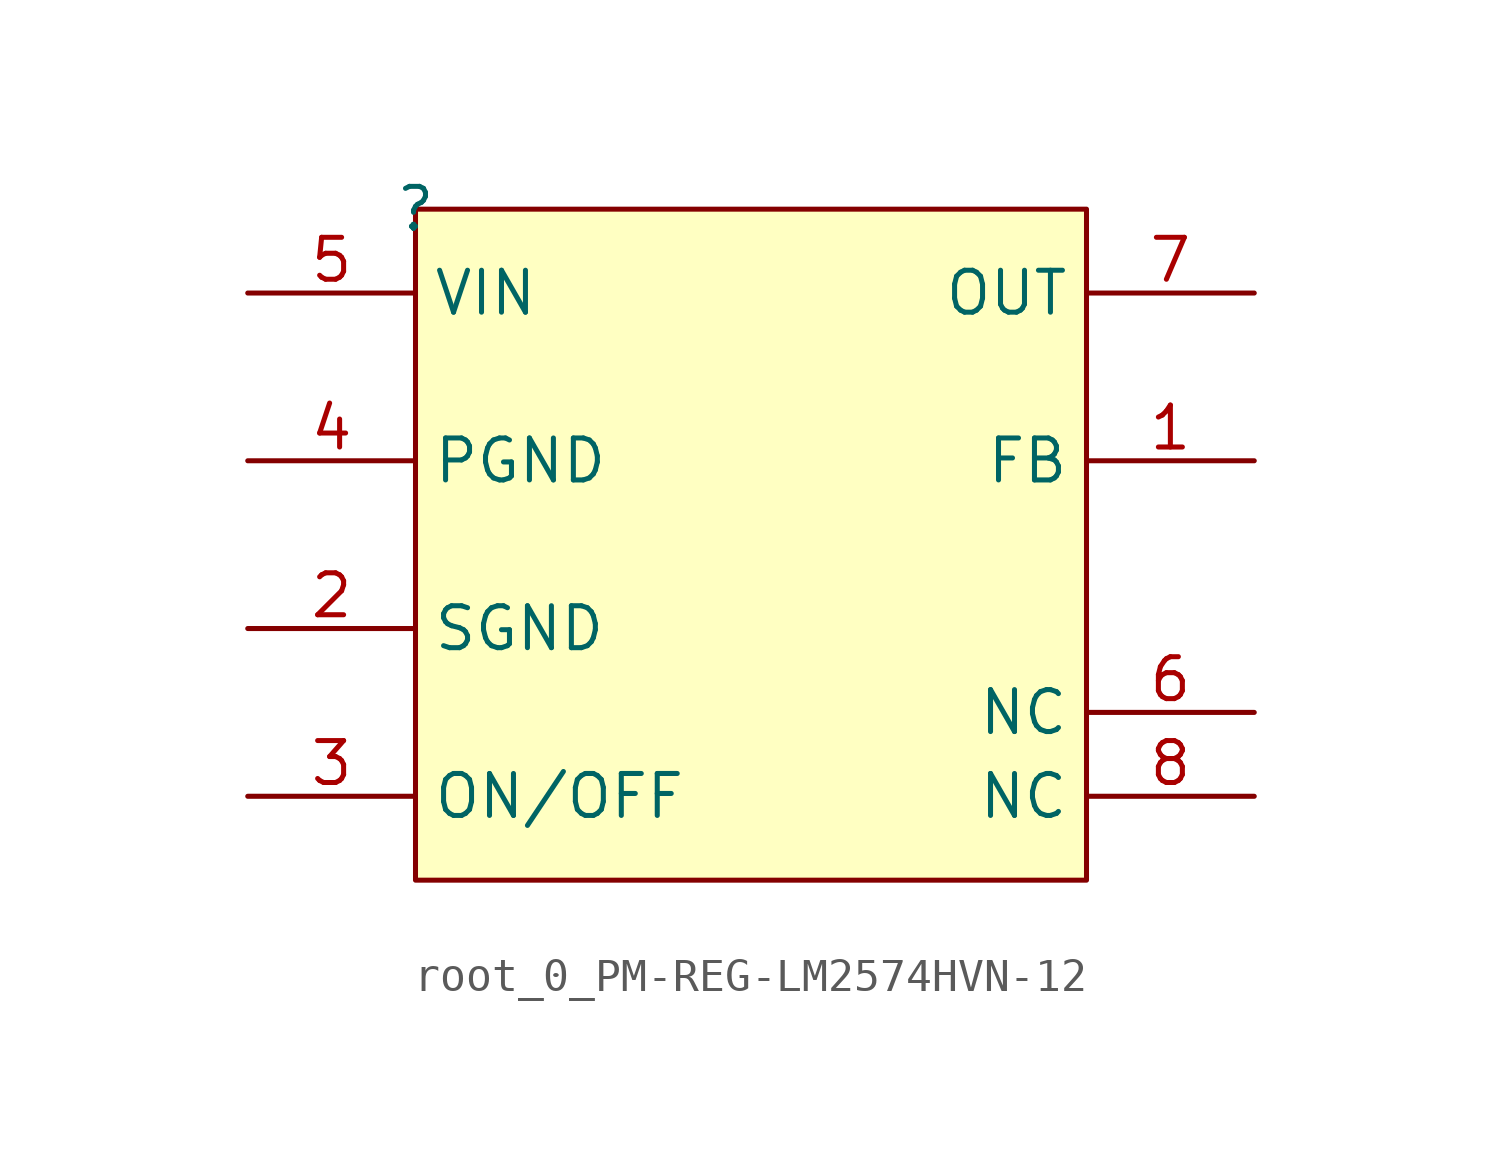
<source format=kicad_sym>
(kicad_symbol_lib
  (version 20220914)
  (generator kicad_symbol_editor)
  (symbol "root_0_PM-REG-LM2574HVN-12"
    (property "Reference" ""
      (at 0 0 0)
      (effects (font (size 1.27 1.27))))
    (property "Value" ""
      (at 0 0 0)
      (effects (font (size 1.27 1.27))))
    (symbol "root_0_PM-REG-LM2574HVN-12_1_0"
      (rectangle (start 20.32 0) (end 0 -20.32) (stroke (width 0) (type solid)) (fill (type background)))
      (pin input line (at 25.4 -7.62 180) (length 5.08) (name "FB" (effects (font (size 1.27 1.27)))) (number "1" (effects (font (size 1.27 1.27)))))
      (pin power_in line (at -5.08 -12.7 0) (length 5.08) (name "SGND" (effects (font (size 1.27 1.27)))) (number "2" (effects (font (size 1.27 1.27)))))
      (pin input line (at -5.08 -17.78 0) (length 5.08) (name "ON/OFF" (effects (font (size 1.27 1.27)))) (number "3" (effects (font (size 1.27 1.27)))))
      (pin power_in line (at -5.08 -7.62 0) (length 5.08) (name "PGND" (effects (font (size 1.27 1.27)))) (number "4" (effects (font (size 1.27 1.27)))))
      (pin power_in line (at -5.08 -2.54 0) (length 5.08) (name "VIN" (effects (font (size 1.27 1.27)))) (number "5" (effects (font (size 1.27 1.27)))))
      (pin passive line (at 25.4 -15.24 180) (length 5.08) (name "NC" (effects (font (size 1.27 1.27)))) (number "6" (effects (font (size 1.27 1.27)))))
      (pin power_in line (at 25.4 -2.54 180) (length 5.08) (name "OUT" (effects (font (size 1.27 1.27)))) (number "7" (effects (font (size 1.27 1.27)))))
      (pin passive line (at 25.4 -17.78 180) (length 5.08) (name "NC" (effects (font (size 1.27 1.27)))) (number "8" (effects (font (size 1.27 1.27))))))))
</source>
